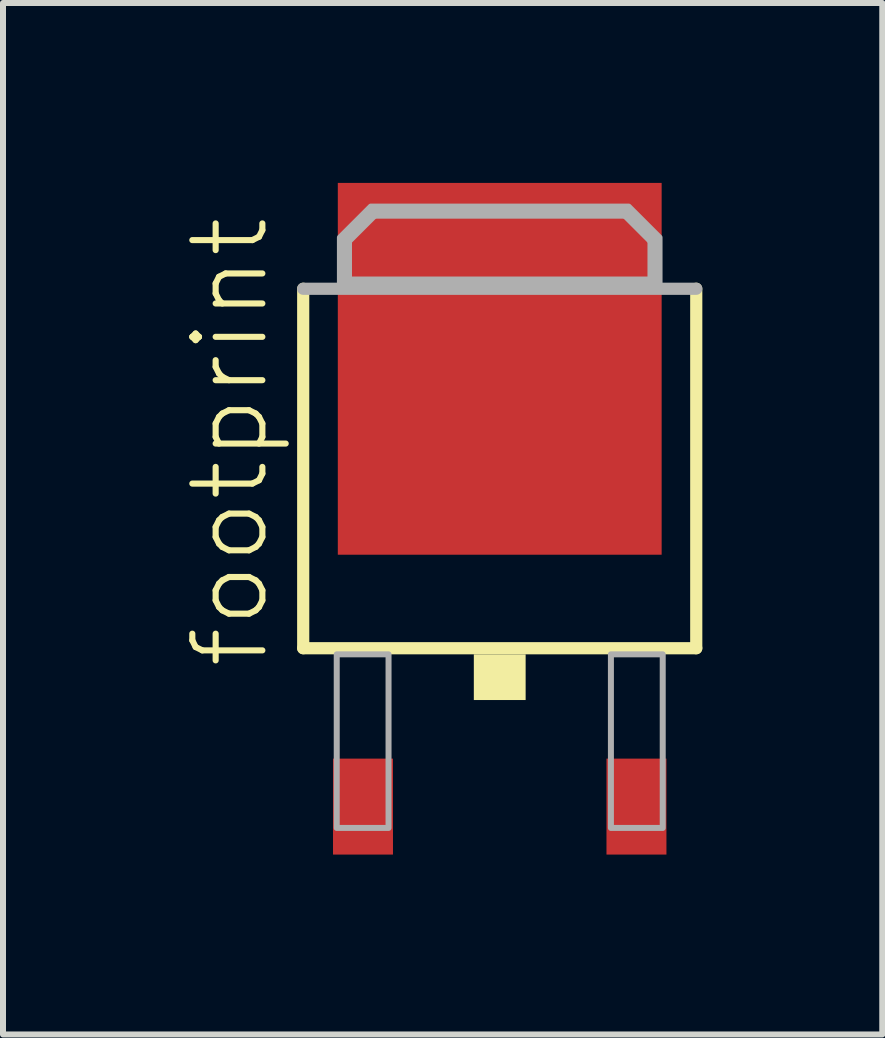
<source format=kicad_pcb>
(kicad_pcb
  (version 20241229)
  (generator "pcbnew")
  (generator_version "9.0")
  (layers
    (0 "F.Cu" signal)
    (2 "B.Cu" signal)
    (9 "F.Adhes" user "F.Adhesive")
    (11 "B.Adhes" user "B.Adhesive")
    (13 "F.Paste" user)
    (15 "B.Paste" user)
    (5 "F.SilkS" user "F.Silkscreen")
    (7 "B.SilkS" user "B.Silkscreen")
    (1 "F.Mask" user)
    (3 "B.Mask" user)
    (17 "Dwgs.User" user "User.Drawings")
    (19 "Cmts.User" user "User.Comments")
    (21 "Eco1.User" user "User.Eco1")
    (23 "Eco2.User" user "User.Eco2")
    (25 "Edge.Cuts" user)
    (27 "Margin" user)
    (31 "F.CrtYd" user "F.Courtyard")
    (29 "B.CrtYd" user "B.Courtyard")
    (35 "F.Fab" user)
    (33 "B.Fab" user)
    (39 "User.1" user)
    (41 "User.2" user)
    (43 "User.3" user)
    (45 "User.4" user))
  (footprint "footprint"
    (layer "F.Cu")
    (at 5.283 5.6)
    (property "Reference" "footprint" (at -3.81 2.54 90) (layer "F.SilkS") (effects (font (size 1.168 1.168) (thickness 0.102)) (justify left bottom)))
    (fp_line (start -3.277 2.159) (end -3.277 -3.835) (stroke (width 0.203) (type solid)) (layer "F.SilkS"))
    (fp_line (start 3.277 -3.835) (end 3.277 2.159) (stroke (width 0.203) (type solid)) (layer "F.SilkS"))
    (fp_line (start 3.277 2.159) (end -3.277 2.159) (stroke (width 0.203) (type solid)) (layer "F.SilkS"))
    (fp_poly (pts (xy -0.432 3.023) (xy 0.432 3.023) (xy 0.432 2.261) (xy -0.432 2.261)) (stroke (width 0) (type solid)) (fill yes) (layer "F.SilkS"))
    (fp_line (start -3.277 -3.835) (end 3.277 -3.835) (stroke (width 0.203) (type solid)) (layer "F.Fab"))
    (fp_line (start -2.565 -4.648) (end -2.108 -5.105) (stroke (width 0.203) (type solid)) (layer "F.Fab"))
    (fp_line (start -2.565 -3.937) (end -2.565 -4.648) (stroke (width 0.203) (type solid)) (layer "F.Fab"))
    (fp_line (start -2.108 -5.105) (end 2.108 -5.105) (stroke (width 0.203) (type solid)) (layer "F.Fab"))
    (fp_line (start 2.108 -5.105) (end 2.565 -4.648) (stroke (width 0.203) (type solid)) (layer "F.Fab"))
    (fp_line (start 2.565 -4.648) (end 2.565 -3.937) (stroke (width 0.203) (type solid)) (layer "F.Fab"))
    (fp_line (start 2.565 -3.937) (end -2.565 -3.937) (stroke (width 0.203) (type solid)) (layer "F.Fab"))
    (fp_poly (pts (xy -2.718 5.156) (xy -1.854 5.156) (xy -1.854 2.261) (xy -2.718 2.261)) (stroke (width 0.1) (type solid)) (fill no) (layer "F.Fab"))
    (fp_poly (pts (xy 1.854 5.156) (xy 2.718 5.156) (xy 2.718 2.261) (xy 1.854 2.261)) (stroke (width 0.1) (type solid)) (fill no) (layer "F.Fab"))
    (fp_poly (pts (xy 2.665 -4.69) (xy 2.665 -3.837) (xy -2.665 -3.837) (xy -2.665 -4.69) (xy -2.15 -5.205) (xy 2.15 -5.205)) (stroke (width 0.1) (type solid)) (fill no) (layer "F.Fab"))
    (pad "B" smd rect (at -2.28 4.8) (size 1 1.6) (layers "F.Cu" "F.Mask" "F.Paste"))
    (pad "C" smd rect (at 0 -2.5) (size 5.4 6.2) (layers "F.Cu" "F.Mask" "F.Paste"))
    (pad "E" smd rect (at 2.28 4.8) (size 1 1.6) (layers "F.Cu" "F.Mask" "F.Paste")))
  (gr_rect
    (start -3 -3)
    (end 11.662 14.2)
    (stroke (width 0.1) (type default))
    (fill no)
    (layer "Edge.Cuts")))
</source>
